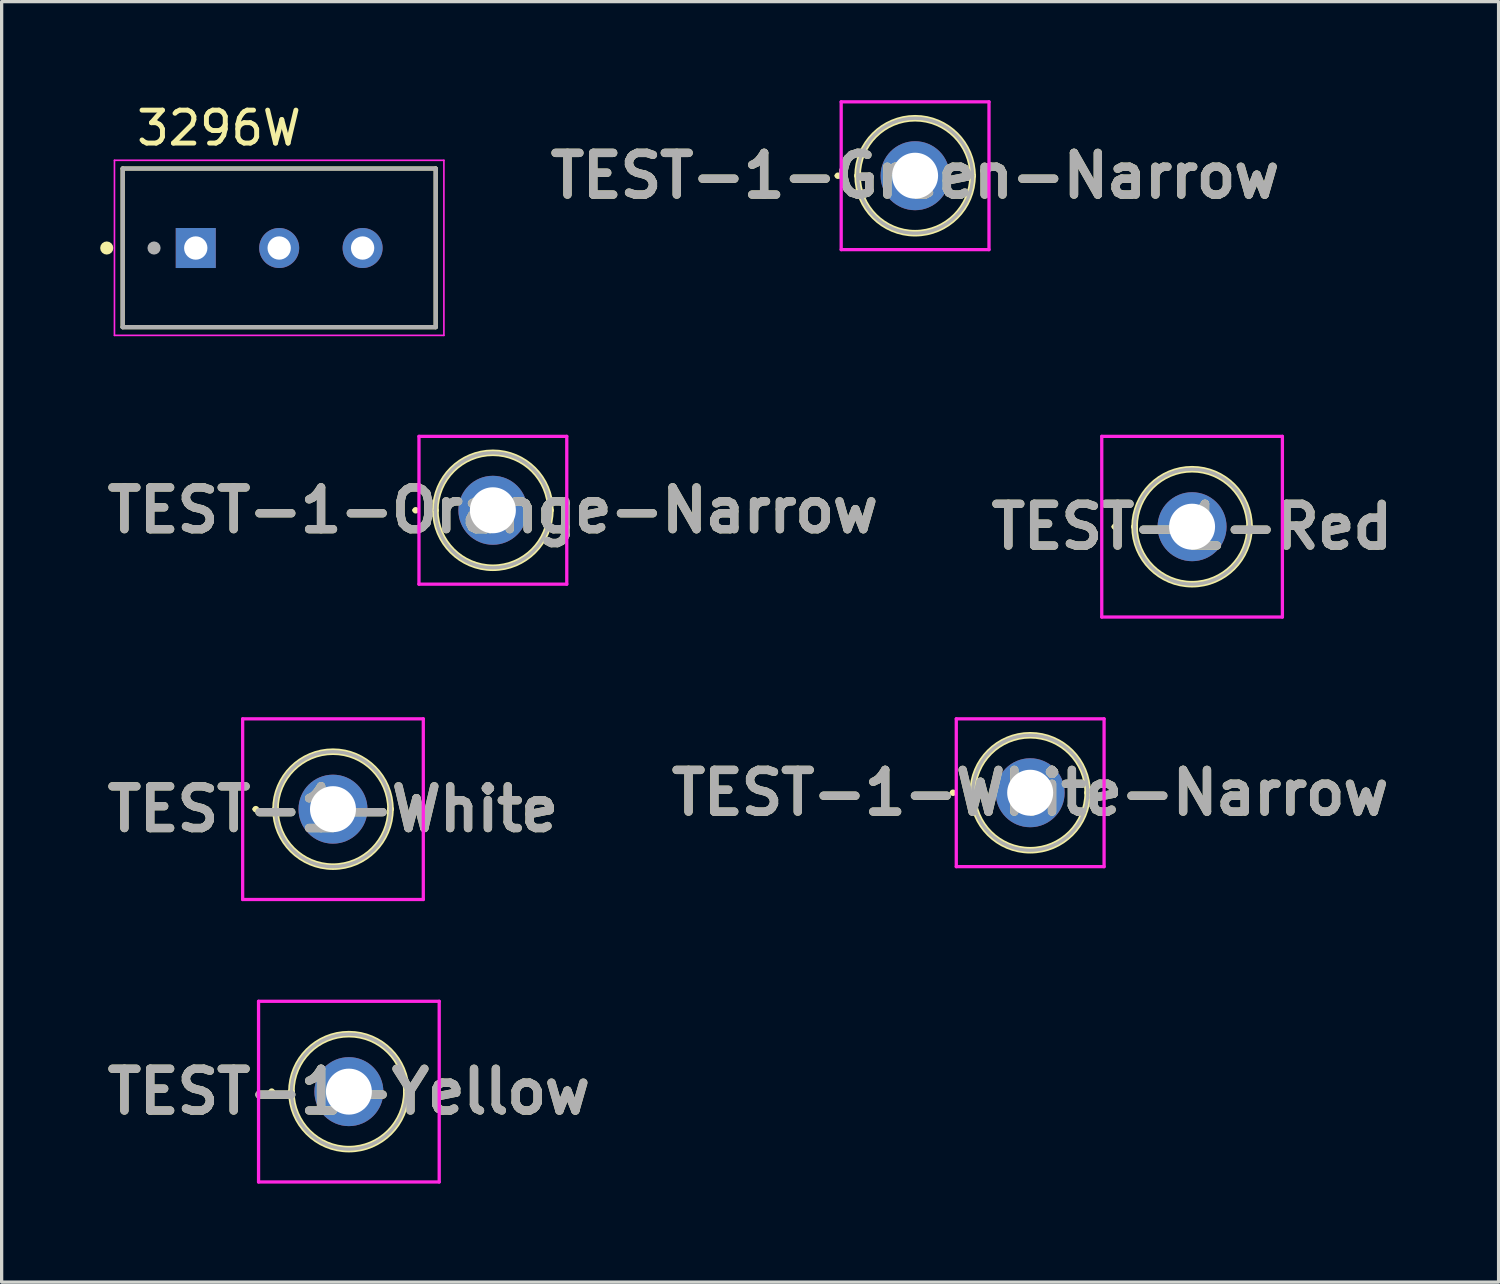
<source format=kicad_pcb>
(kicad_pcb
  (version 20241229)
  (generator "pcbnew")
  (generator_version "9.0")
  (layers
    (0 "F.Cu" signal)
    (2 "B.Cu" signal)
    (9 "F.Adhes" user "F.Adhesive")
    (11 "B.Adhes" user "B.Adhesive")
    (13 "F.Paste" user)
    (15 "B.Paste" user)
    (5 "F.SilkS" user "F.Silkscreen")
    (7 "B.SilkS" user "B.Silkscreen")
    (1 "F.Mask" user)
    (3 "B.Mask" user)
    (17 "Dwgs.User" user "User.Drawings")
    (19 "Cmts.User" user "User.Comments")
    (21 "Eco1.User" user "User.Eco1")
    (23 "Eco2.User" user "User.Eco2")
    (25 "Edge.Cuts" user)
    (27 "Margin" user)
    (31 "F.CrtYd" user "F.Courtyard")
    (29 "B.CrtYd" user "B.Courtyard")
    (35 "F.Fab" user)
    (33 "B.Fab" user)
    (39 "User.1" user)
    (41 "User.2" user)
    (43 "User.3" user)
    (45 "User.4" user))
  (footprint "TEST-1-Red"
    (layer "F.Cu")
    (at 33.244 12.986)
    (property "Reference" "TEST-1-Red" (at 0 0 0) (layer "F.SilkS") (effects (font (size 1.27 1.27) (thickness 0.254))))
    (attr through_hole)
    (fp_line (start -2.4 0) (end -2.4 0) (stroke (width 0.1) (type solid)) (layer "F.SilkS"))
    (fp_line (start -2.3 0) (end -2.3 0) (stroke (width 0.1) (type solid)) (layer "F.SilkS"))
    (fp_line (start -1.75 0) (end -1.75 0) (stroke (width 0.2) (type solid)) (layer "F.SilkS"))
    (fp_line (start 1.75 0) (end 1.75 0) (stroke (width 0.2) (type solid)) (layer "F.SilkS"))
    (fp_arc (start -2.4 0) (mid -2.35 -0.05) (end -2.3 0) (stroke (width 0.1) (type solid)) (layer "F.SilkS"))
    (fp_arc (start -2.3 0) (mid -2.35 0.05) (end -2.4 0) (stroke (width 0.1) (type solid)) (layer "F.SilkS"))
    (fp_arc (start -1.75 0) (mid 0 -1.75) (end 1.75 0) (stroke (width 0.2) (type solid)) (layer "F.SilkS"))
    (fp_arc (start 1.75 0) (mid 0 1.75) (end -1.75 0) (stroke (width 0.2) (type solid)) (layer "F.SilkS"))
    (fp_line (start -2.75 -2.75) (end 2.75 -2.75) (stroke (width 0.1) (type solid)) (layer "F.CrtYd"))
    (fp_line (start -2.75 2.75) (end -2.75 -2.75) (stroke (width 0.1) (type solid)) (layer "F.CrtYd"))
    (fp_line (start 2.75 -2.75) (end 2.75 2.75) (stroke (width 0.1) (type solid)) (layer "F.CrtYd"))
    (fp_line (start 2.75 2.75) (end -2.75 2.75) (stroke (width 0.1) (type solid)) (layer "F.CrtYd"))
    (fp_line (start -1.75 0) (end -1.75 0) (stroke (width 0.1) (type solid)) (layer "F.Fab"))
    (fp_line (start 1.75 0) (end 1.75 0) (stroke (width 0.1) (type solid)) (layer "F.Fab"))
    (fp_arc (start -1.75 0) (mid 0 -1.75) (end 1.75 0) (stroke (width 0.1) (type solid)) (layer "F.Fab"))
    (fp_arc (start 1.75 0) (mid 0 1.75) (end -1.75 0) (stroke (width 0.1) (type solid)) (layer "F.Fab"))
    (fp_text user "${REFERENCE}" (at 0 0 0) (layer "F.Fab") (effects (font (size 1.27 1.27) (thickness 0.254))))
    (pad "1" thru_hole circle (at 0 0) (size 2.1 2.1) (drill 1.4) (layers "*.Cu" "*.Mask")))
  (footprint "3296W"
    (layer "F.Cu")
    (at 5.45 4.501)
    (property "Reference" "3296W" (at -1.833 -3.651 0) (layer "F.SilkS") (effects (font (size 1.004 1.004) (thickness 0.15))))
    (attr through_hole)
    (fp_line (start -4.765 -2.42) (end 4.765 -2.42) (stroke (width 0.127) (type solid)) (layer "F.SilkS"))
    (fp_line (start -4.765 2.41) (end -4.765 -2.42) (stroke (width 0.127) (type solid)) (layer "F.SilkS"))
    (fp_line (start 4.765 -2.42) (end 4.765 2.41) (stroke (width 0.127) (type solid)) (layer "F.SilkS"))
    (fp_line (start 4.765 2.41) (end -4.765 2.41) (stroke (width 0.127) (type solid)) (layer "F.SilkS"))
    (fp_circle (center -5.25 0) (end -5.15 0) (stroke (width 0.2) (type solid)) (fill no) (layer "F.SilkS"))
    (fp_line (start -5.015 -2.67) (end 5.015 -2.67) (stroke (width 0.05) (type solid)) (layer "F.CrtYd"))
    (fp_line (start -5.015 2.66) (end -5.015 -2.67) (stroke (width 0.05) (type solid)) (layer "F.CrtYd"))
    (fp_line (start 5.015 -2.67) (end 5.015 2.66) (stroke (width 0.05) (type solid)) (layer "F.CrtYd"))
    (fp_line (start 5.015 2.66) (end -5.015 2.66) (stroke (width 0.05) (type solid)) (layer "F.CrtYd"))
    (fp_line (start -4.765 -2.42) (end 4.765 -2.42) (stroke (width 0.127) (type solid)) (layer "F.Fab"))
    (fp_line (start -4.765 2.41) (end -4.765 -2.42) (stroke (width 0.127) (type solid)) (layer "F.Fab"))
    (fp_line (start 4.765 -2.42) (end 4.765 2.41) (stroke (width 0.127) (type solid)) (layer "F.Fab"))
    (fp_line (start 4.765 2.41) (end -4.765 2.41) (stroke (width 0.127) (type solid)) (layer "F.Fab"))
    (fp_circle (center -3.81 0) (end -3.71 0) (stroke (width 0.2) (type solid)) (fill no) (layer "F.Fab"))
    (pad "1" thru_hole rect (at -2.54 0) (size 1.218 1.218) (drill 0.71) (layers "*.Cu" "*.Mask"))
    (pad "2" thru_hole circle (at 0 0) (size 1.218 1.218) (drill 0.71) (layers "*.Cu" "*.Mask"))
    (pad "3" thru_hole circle (at 2.54 0) (size 1.218 1.218) (drill 0.71) (layers "*.Cu" "*.Mask")))
  (footprint "TEST-1-Yellow"
    (layer "F.Cu")
    (at 7.572 30.186)
    (property "Reference" "TEST-1-Yellow" (at 0 0 0) (layer "F.SilkS") (effects (font (size 1.27 1.27) (thickness 0.254))))
    (attr through_hole)
    (fp_line (start -2.4 0) (end -2.4 0) (stroke (width 0.1) (type solid)) (layer "F.SilkS"))
    (fp_line (start -2.3 0) (end -2.3 0) (stroke (width 0.1) (type solid)) (layer "F.SilkS"))
    (fp_line (start -1.75 0) (end -1.75 0) (stroke (width 0.2) (type solid)) (layer "F.SilkS"))
    (fp_line (start 1.75 0) (end 1.75 0) (stroke (width 0.2) (type solid)) (layer "F.SilkS"))
    (fp_arc (start -2.4 0) (mid -2.35 -0.05) (end -2.3 0) (stroke (width 0.1) (type solid)) (layer "F.SilkS"))
    (fp_arc (start -2.3 0) (mid -2.35 0.05) (end -2.4 0) (stroke (width 0.1) (type solid)) (layer "F.SilkS"))
    (fp_arc (start -1.75 0) (mid 0 -1.75) (end 1.75 0) (stroke (width 0.2) (type solid)) (layer "F.SilkS"))
    (fp_arc (start 1.75 0) (mid 0 1.75) (end -1.75 0) (stroke (width 0.2) (type solid)) (layer "F.SilkS"))
    (fp_line (start -2.75 -2.75) (end 2.75 -2.75) (stroke (width 0.1) (type solid)) (layer "F.CrtYd"))
    (fp_line (start -2.75 2.75) (end -2.75 -2.75) (stroke (width 0.1) (type solid)) (layer "F.CrtYd"))
    (fp_line (start 2.75 -2.75) (end 2.75 2.75) (stroke (width 0.1) (type solid)) (layer "F.CrtYd"))
    (fp_line (start 2.75 2.75) (end -2.75 2.75) (stroke (width 0.1) (type solid)) (layer "F.CrtYd"))
    (fp_line (start -1.75 0) (end -1.75 0) (stroke (width 0.1) (type solid)) (layer "F.Fab"))
    (fp_line (start 1.75 0) (end 1.75 0) (stroke (width 0.1) (type solid)) (layer "F.Fab"))
    (fp_arc (start -1.75 0) (mid 0 -1.75) (end 1.75 0) (stroke (width 0.1) (type solid)) (layer "F.Fab"))
    (fp_arc (start 1.75 0) (mid 0 1.75) (end -1.75 0) (stroke (width 0.1) (type solid)) (layer "F.Fab"))
    (fp_text user "${REFERENCE}" (at 0 0 0) (layer "F.Fab") (effects (font (size 1.27 1.27) (thickness 0.254))))
    (pad "1" thru_hole circle (at 0 0) (size 2.1 2.1) (drill 1.4) (layers "*.Cu" "*.Mask")))
  (footprint "TEST-1-Orange-Narrow"
    (layer "F.Cu")
    (at 11.956 12.486)
    (property "Reference" "TEST-1-Orange-Narrow" (at 0 0 0) (layer "F.SilkS") (effects (font (size 1.27 1.27) (thickness 0.254))))
    (attr through_hole)
    (fp_line (start -2.4 0) (end -2.4 0) (stroke (width 0.1) (type solid)) (layer "F.SilkS"))
    (fp_line (start -2.3 0) (end -2.3 0) (stroke (width 0.1) (type solid)) (layer "F.SilkS"))
    (fp_line (start -1.75 0) (end -1.75 0) (stroke (width 0.2) (type solid)) (layer "F.SilkS"))
    (fp_line (start 1.75 0) (end 1.75 0) (stroke (width 0.2) (type solid)) (layer "F.SilkS"))
    (fp_arc (start -2.4 0) (mid -2.35 -0.05) (end -2.3 0) (stroke (width 0.1) (type solid)) (layer "F.SilkS"))
    (fp_arc (start -2.3 0) (mid -2.35 0.05) (end -2.4 0) (stroke (width 0.1) (type solid)) (layer "F.SilkS"))
    (fp_arc (start -1.75 0) (mid 0 -1.75) (end 1.75 0) (stroke (width 0.2) (type solid)) (layer "F.SilkS"))
    (fp_arc (start 1.75 0) (mid 0 1.75) (end -1.75 0) (stroke (width 0.2) (type solid)) (layer "F.SilkS"))
    (fp_line (start -2.25 -2.25) (end 2.25 -2.25) (stroke (width 0.1) (type solid)) (layer "F.CrtYd"))
    (fp_line (start -2.25 2.25) (end -2.25 -2.25) (stroke (width 0.1) (type solid)) (layer "F.CrtYd"))
    (fp_line (start 2.25 -2.25) (end 2.25 2.25) (stroke (width 0.1) (type solid)) (layer "F.CrtYd"))
    (fp_line (start 2.25 2.25) (end -2.25 2.25) (stroke (width 0.1) (type solid)) (layer "F.CrtYd"))
    (fp_line (start -1.75 0) (end -1.75 0) (stroke (width 0.1) (type solid)) (layer "F.Fab"))
    (fp_line (start 1.75 0) (end 1.75 0) (stroke (width 0.1) (type solid)) (layer "F.Fab"))
    (fp_arc (start -1.75 0) (mid 0 -1.75) (end 1.75 0) (stroke (width 0.1) (type solid)) (layer "F.Fab"))
    (fp_arc (start 1.75 0) (mid 0 1.75) (end -1.75 0) (stroke (width 0.1) (type solid)) (layer "F.Fab"))
    (fp_text user "${REFERENCE}" (at 0 0 0) (layer "F.Fab") (effects (font (size 1.27 1.27) (thickness 0.254))))
    (pad "1" thru_hole circle (at 0 0) (size 2.1 2.1) (drill 1.4) (layers "*.Cu" "*.Mask")))
  (footprint "TEST-1-White-Narrow"
    (layer "F.Cu")
    (at 28.315 21.086)
    (property "Reference" "TEST-1-White-Narrow" (at 0 0 0) (layer "F.SilkS") (effects (font (size 1.27 1.27) (thickness 0.254))))
    (attr through_hole)
    (fp_line (start -2.4 0) (end -2.4 0) (stroke (width 0.1) (type solid)) (layer "F.SilkS"))
    (fp_line (start -2.3 0) (end -2.3 0) (stroke (width 0.1) (type solid)) (layer "F.SilkS"))
    (fp_line (start -1.75 0) (end -1.75 0) (stroke (width 0.2) (type solid)) (layer "F.SilkS"))
    (fp_line (start 1.75 0) (end 1.75 0) (stroke (width 0.2) (type solid)) (layer "F.SilkS"))
    (fp_arc (start -2.4 0) (mid -2.35 -0.05) (end -2.3 0) (stroke (width 0.1) (type solid)) (layer "F.SilkS"))
    (fp_arc (start -2.3 0) (mid -2.35 0.05) (end -2.4 0) (stroke (width 0.1) (type solid)) (layer "F.SilkS"))
    (fp_arc (start -1.75 0) (mid 0 -1.75) (end 1.75 0) (stroke (width 0.2) (type solid)) (layer "F.SilkS"))
    (fp_arc (start 1.75 0) (mid 0 1.75) (end -1.75 0) (stroke (width 0.2) (type solid)) (layer "F.SilkS"))
    (fp_line (start -2.25 -2.25) (end 2.25 -2.25) (stroke (width 0.1) (type solid)) (layer "F.CrtYd"))
    (fp_line (start -2.25 2.25) (end -2.25 -2.25) (stroke (width 0.1) (type solid)) (layer "F.CrtYd"))
    (fp_line (start 2.25 -2.25) (end 2.25 2.25) (stroke (width 0.1) (type solid)) (layer "F.CrtYd"))
    (fp_line (start 2.25 2.25) (end -2.25 2.25) (stroke (width 0.1) (type solid)) (layer "F.CrtYd"))
    (fp_line (start -1.75 0) (end -1.75 0) (stroke (width 0.1) (type solid)) (layer "F.Fab"))
    (fp_line (start 1.75 0) (end 1.75 0) (stroke (width 0.1) (type solid)) (layer "F.Fab"))
    (fp_arc (start -1.75 0) (mid 0 -1.75) (end 1.75 0) (stroke (width 0.1) (type solid)) (layer "F.Fab"))
    (fp_arc (start 1.75 0) (mid 0 1.75) (end -1.75 0) (stroke (width 0.1) (type solid)) (layer "F.Fab"))
    (fp_text user "${REFERENCE}" (at 0 0 0) (layer "F.Fab") (effects (font (size 1.27 1.27) (thickness 0.254))))
    (pad "1" thru_hole circle (at 0 0) (size 2.1 2.1) (drill 1.4) (layers "*.Cu" "*.Mask")))
  (footprint "TEST-1-White"
    (layer "F.Cu")
    (at 7.088 21.586)
    (property "Reference" "TEST-1-White" (at 0 0 0) (layer "F.SilkS") (effects (font (size 1.27 1.27) (thickness 0.254))))
    (attr through_hole)
    (fp_line (start -2.4 0) (end -2.4 0) (stroke (width 0.1) (type solid)) (layer "F.SilkS"))
    (fp_line (start -2.3 0) (end -2.3 0) (stroke (width 0.1) (type solid)) (layer "F.SilkS"))
    (fp_line (start -1.75 0) (end -1.75 0) (stroke (width 0.2) (type solid)) (layer "F.SilkS"))
    (fp_line (start 1.75 0) (end 1.75 0) (stroke (width 0.2) (type solid)) (layer "F.SilkS"))
    (fp_arc (start -2.4 0) (mid -2.35 -0.05) (end -2.3 0) (stroke (width 0.1) (type solid)) (layer "F.SilkS"))
    (fp_arc (start -2.3 0) (mid -2.35 0.05) (end -2.4 0) (stroke (width 0.1) (type solid)) (layer "F.SilkS"))
    (fp_arc (start -1.75 0) (mid 0 -1.75) (end 1.75 0) (stroke (width 0.2) (type solid)) (layer "F.SilkS"))
    (fp_arc (start 1.75 0) (mid 0 1.75) (end -1.75 0) (stroke (width 0.2) (type solid)) (layer "F.SilkS"))
    (fp_line (start -2.75 -2.75) (end 2.75 -2.75) (stroke (width 0.1) (type solid)) (layer "F.CrtYd"))
    (fp_line (start -2.75 2.75) (end -2.75 -2.75) (stroke (width 0.1) (type solid)) (layer "F.CrtYd"))
    (fp_line (start 2.75 -2.75) (end 2.75 2.75) (stroke (width 0.1) (type solid)) (layer "F.CrtYd"))
    (fp_line (start 2.75 2.75) (end -2.75 2.75) (stroke (width 0.1) (type solid)) (layer "F.CrtYd"))
    (fp_line (start -1.75 0) (end -1.75 0) (stroke (width 0.1) (type solid)) (layer "F.Fab"))
    (fp_line (start 1.75 0) (end 1.75 0) (stroke (width 0.1) (type solid)) (layer "F.Fab"))
    (fp_arc (start -1.75 0) (mid 0 -1.75) (end 1.75 0) (stroke (width 0.1) (type solid)) (layer "F.Fab"))
    (fp_arc (start 1.75 0) (mid 0 1.75) (end -1.75 0) (stroke (width 0.1) (type solid)) (layer "F.Fab"))
    (fp_text user "${REFERENCE}" (at 0 0 0) (layer "F.Fab") (effects (font (size 1.27 1.27) (thickness 0.254))))
    (pad "1" thru_hole circle (at 0 0) (size 2.1 2.1) (drill 1.4) (layers "*.Cu" "*.Mask")))
  (footprint "TEST-1-Green-Narrow"
    (layer "F.Cu")
    (at 24.811 2.3)
    (property "Reference" "TEST-1-Green-Narrow" (at 0 0 0) (layer "F.SilkS") (effects (font (size 1.27 1.27) (thickness 0.254))))
    (attr through_hole)
    (fp_line (start -2.4 0) (end -2.4 0) (stroke (width 0.1) (type solid)) (layer "F.SilkS"))
    (fp_line (start -2.3 0) (end -2.3 0) (stroke (width 0.1) (type solid)) (layer "F.SilkS"))
    (fp_line (start -1.75 0) (end -1.75 0) (stroke (width 0.2) (type solid)) (layer "F.SilkS"))
    (fp_line (start 1.75 0) (end 1.75 0) (stroke (width 0.2) (type solid)) (layer "F.SilkS"))
    (fp_arc (start -2.4 0) (mid -2.35 -0.05) (end -2.3 0) (stroke (width 0.1) (type solid)) (layer "F.SilkS"))
    (fp_arc (start -2.3 0) (mid -2.35 0.05) (end -2.4 0) (stroke (width 0.1) (type solid)) (layer "F.SilkS"))
    (fp_arc (start -1.75 0) (mid 0 -1.75) (end 1.75 0) (stroke (width 0.2) (type solid)) (layer "F.SilkS"))
    (fp_arc (start 1.75 0) (mid 0 1.75) (end -1.75 0) (stroke (width 0.2) (type solid)) (layer "F.SilkS"))
    (fp_line (start -2.25 -2.25) (end 2.25 -2.25) (stroke (width 0.1) (type solid)) (layer "F.CrtYd"))
    (fp_line (start -2.25 2.25) (end -2.25 -2.25) (stroke (width 0.1) (type solid)) (layer "F.CrtYd"))
    (fp_line (start 2.25 -2.25) (end 2.25 2.25) (stroke (width 0.1) (type solid)) (layer "F.CrtYd"))
    (fp_line (start 2.25 2.25) (end -2.25 2.25) (stroke (width 0.1) (type solid)) (layer "F.CrtYd"))
    (fp_line (start -1.75 0) (end -1.75 0) (stroke (width 0.1) (type solid)) (layer "F.Fab"))
    (fp_line (start 1.75 0) (end 1.75 0) (stroke (width 0.1) (type solid)) (layer "F.Fab"))
    (fp_arc (start -1.75 0) (mid 0 -1.75) (end 1.75 0) (stroke (width 0.1) (type solid)) (layer "F.Fab"))
    (fp_arc (start 1.75 0) (mid 0 1.75) (end -1.75 0) (stroke (width 0.1) (type solid)) (layer "F.Fab"))
    (fp_text user "${REFERENCE}" (at 0 0 0) (layer "F.Fab") (effects (font (size 1.27 1.27) (thickness 0.254))))
    (pad "1" thru_hole circle (at 0 0) (size 2.1 2.1) (drill 1.4) (layers "*.Cu" "*.Mask")))
  (gr_rect
    (start -3 -3)
    (end 42.576 35.986)
    (stroke (width 0.1) (type default))
    (fill no)
    (layer "Edge.Cuts")))
</source>
